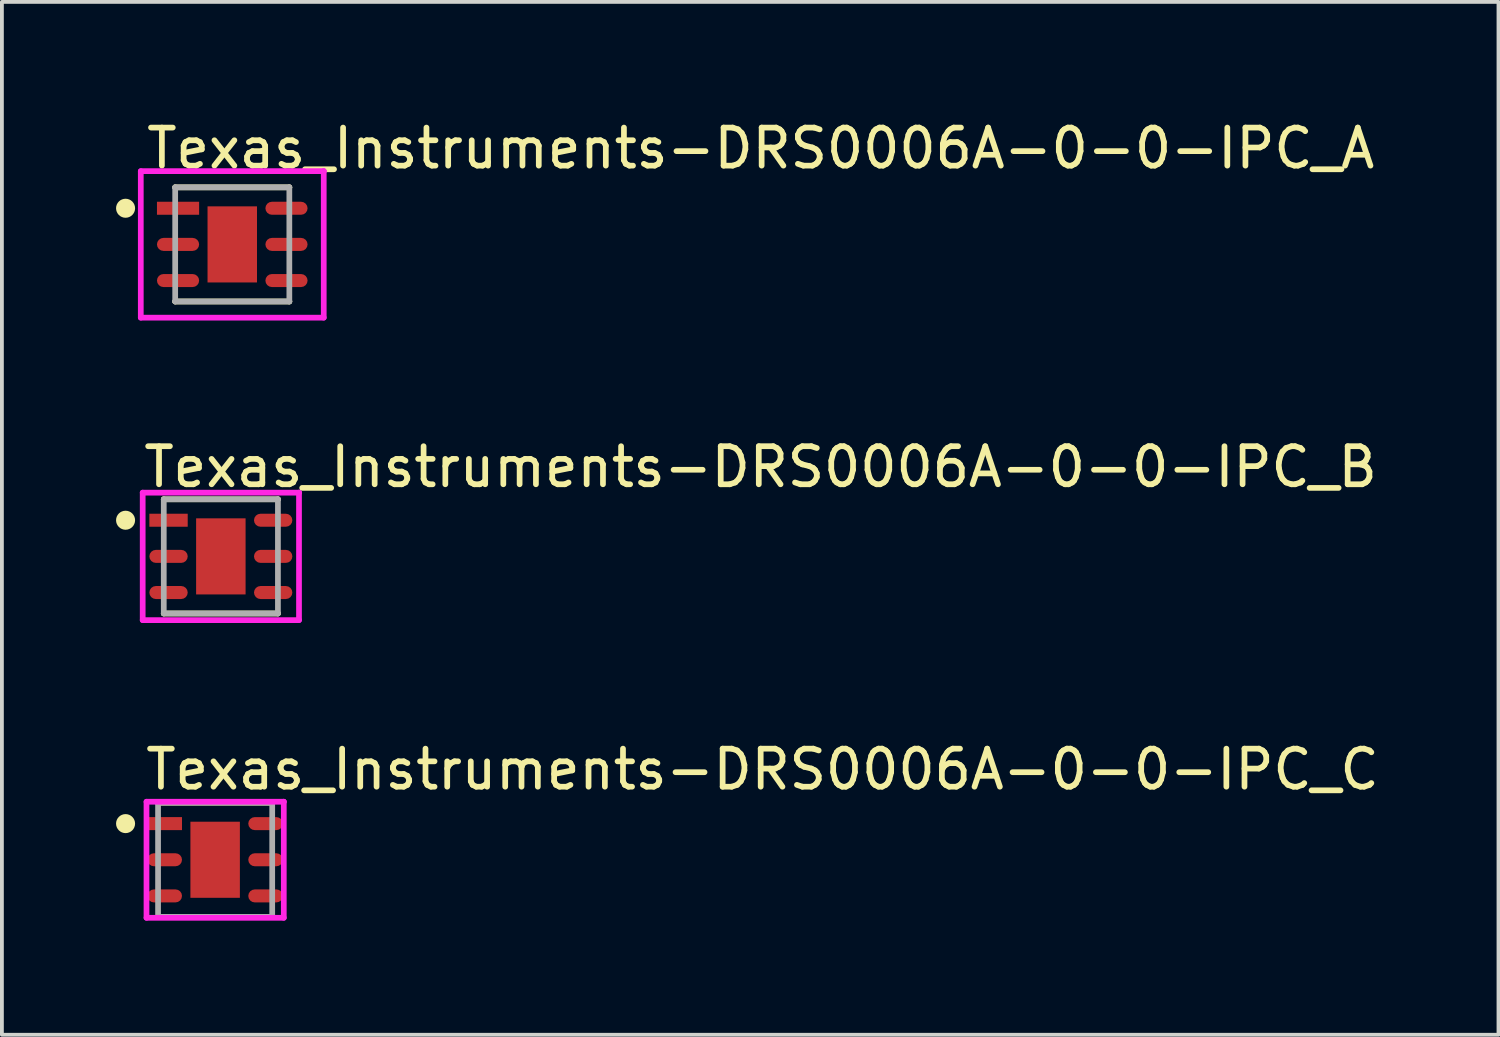
<source format=kicad_pcb>
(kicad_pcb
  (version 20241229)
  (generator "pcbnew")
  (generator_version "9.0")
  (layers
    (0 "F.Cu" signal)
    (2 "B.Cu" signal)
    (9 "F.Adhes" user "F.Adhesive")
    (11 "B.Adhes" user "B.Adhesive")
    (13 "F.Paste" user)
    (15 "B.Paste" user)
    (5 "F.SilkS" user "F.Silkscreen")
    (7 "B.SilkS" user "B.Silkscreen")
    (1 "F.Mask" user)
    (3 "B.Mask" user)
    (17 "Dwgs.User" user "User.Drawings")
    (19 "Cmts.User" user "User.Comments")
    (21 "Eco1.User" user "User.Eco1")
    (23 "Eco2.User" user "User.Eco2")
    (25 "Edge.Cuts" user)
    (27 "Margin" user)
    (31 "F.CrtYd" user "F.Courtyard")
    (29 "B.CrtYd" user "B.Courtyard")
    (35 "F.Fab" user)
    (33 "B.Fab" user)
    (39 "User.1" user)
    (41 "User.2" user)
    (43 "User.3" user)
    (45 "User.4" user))
  (footprint "Texas_Instruments-DRS0006A-0-0-IPC_C"
    (layer "F.Cu")
    (at 2.604 19.545)
    (property "Reference" "Texas_Instruments-DRS0006A-0-0-IPC_C" (at -1.904 -2.375 0) (layer "F.SilkS") (effects (font (size 1 1) (thickness 0.15)) (justify left)))
    (attr through_hole)
    (fp_line (start -1.5 -1.5) (end -1.5 -1.5) (stroke (width 0.15) (type solid)) (layer "F.SilkS"))
    (fp_line (start -1.5 -1.5) (end 1.5 -1.5) (stroke (width 0.15) (type solid)) (layer "F.SilkS"))
    (fp_line (start -1.5 1.5) (end -1.5 1.5) (stroke (width 0.15) (type solid)) (layer "F.SilkS"))
    (fp_line (start -1.5 1.5) (end 1.5 1.5) (stroke (width 0.15) (type solid)) (layer "F.SilkS"))
    (fp_line (start 1.5 -1.5) (end 1.5 -1.5) (stroke (width 0.15) (type solid)) (layer "F.SilkS"))
    (fp_line (start 1.5 1.5) (end 1.5 1.5) (stroke (width 0.15) (type solid)) (layer "F.SilkS"))
    (fp_circle (center -2.354 -0.95) (end -2.229 -0.95) (stroke (width 0.25) (type solid)) (fill no) (layer "F.SilkS"))
    (fp_poly (pts (xy -0.364 -0.714) (xy 0.364 -0.714) (xy 0.364 0.714) (xy -0.364 0.714)) (stroke (width 0) (type solid)) (fill yes) (layer "F.Paste"))
    (fp_line (start -1.804 -1.525) (end -1.804 1.525) (stroke (width 0.15) (type solid)) (layer "F.CrtYd"))
    (fp_line (start -1.804 1.525) (end 1.804 1.525) (stroke (width 0.15) (type solid)) (layer "F.CrtYd"))
    (fp_line (start 1.804 -1.525) (end -1.804 -1.525) (stroke (width 0.15) (type solid)) (layer "F.CrtYd"))
    (fp_line (start 1.804 -1.525) (end 1.804 -1.525) (stroke (width 0.15) (type solid)) (layer "F.CrtYd"))
    (fp_line (start 1.804 1.525) (end 1.804 -1.525) (stroke (width 0.15) (type solid)) (layer "F.CrtYd"))
    (fp_line (start -1.5 -1.5) (end 1.5 -1.5) (stroke (width 0.15) (type solid)) (layer "F.Fab"))
    (fp_line (start -1.5 1.5) (end -1.5 -1.5) (stroke (width 0.15) (type solid)) (layer "F.Fab"))
    (fp_line (start 1.5 -1.5) (end 1.5 1.5) (stroke (width 0.15) (type solid)) (layer "F.Fab"))
    (fp_line (start 1.5 1.5) (end -1.5 1.5) (stroke (width 0.15) (type solid)) (layer "F.Fab"))
    (pad "1" smd rect (at -1.325 -0.95) (size 0.908 0.342) (layers "F.Cu" "F.Mask" "F.Paste"))
    (pad "2" smd roundrect (at -1.325 0) (size 0.908 0.342) (layers "F.Cu" "F.Mask" "F.Paste") (roundrect_rratio 0.5))
    (pad "3" smd roundrect (at -1.325 0.95) (size 0.908 0.342) (layers "F.Cu" "F.Mask" "F.Paste") (roundrect_rratio 0.5))
    (pad "4" smd roundrect (at 1.325 0.95) (size 0.908 0.342) (layers "F.Cu" "F.Mask" "F.Paste") (roundrect_rratio 0.5))
    (pad "5" smd roundrect (at 1.325 0) (size 0.908 0.342) (layers "F.Cu" "F.Mask" "F.Paste") (roundrect_rratio 0.5))
    (pad "6" smd roundrect (at 1.325 -0.95) (size 0.908 0.342) (layers "F.Cu" "F.Mask" "F.Paste") (roundrect_rratio 0.5))
    (pad "7" smd rect (at 0 0) (size 1.3 2) (layers "F.Cu" "F.Mask")))
  (footprint "Texas_Instruments-DRS0006A-0-0-IPC_A"
    (layer "F.Cu")
    (at 3.054 3.373)
    (property "Reference" "Texas_Instruments-DRS0006A-0-0-IPC_A" (at -2.329 -2.525 0) (layer "F.SilkS") (effects (font (size 1 1) (thickness 0.15)) (justify left)))
    (attr through_hole)
    (fp_line (start -1.5 -1.5) (end -1.5 -1.5) (stroke (width 0.15) (type solid)) (layer "F.SilkS"))
    (fp_line (start -1.5 -1.5) (end 1.5 -1.5) (stroke (width 0.15) (type solid)) (layer "F.SilkS"))
    (fp_line (start -1.5 1.5) (end -1.5 1.5) (stroke (width 0.15) (type solid)) (layer "F.SilkS"))
    (fp_line (start -1.5 1.5) (end 1.5 1.5) (stroke (width 0.15) (type solid)) (layer "F.SilkS"))
    (fp_line (start 1.5 -1.5) (end 1.5 -1.5) (stroke (width 0.15) (type solid)) (layer "F.SilkS"))
    (fp_line (start 1.5 1.5) (end 1.5 1.5) (stroke (width 0.15) (type solid)) (layer "F.SilkS"))
    (fp_circle (center -2.804 -0.95) (end -2.679 -0.95) (stroke (width 0.25) (type solid)) (fill no) (layer "F.SilkS"))
    (fp_poly (pts (xy -0.364 -0.714) (xy 0.364 -0.714) (xy 0.364 0.714) (xy -0.364 0.714)) (stroke (width 0) (type solid)) (fill yes) (layer "F.Paste"))
    (fp_line (start -2.404 -1.925) (end -2.404 1.925) (stroke (width 0.15) (type solid)) (layer "F.CrtYd"))
    (fp_line (start -2.404 1.925) (end 2.404 1.925) (stroke (width 0.15) (type solid)) (layer "F.CrtYd"))
    (fp_line (start 2.404 -1.925) (end -2.404 -1.925) (stroke (width 0.15) (type solid)) (layer "F.CrtYd"))
    (fp_line (start 2.404 -1.925) (end 2.404 -1.925) (stroke (width 0.15) (type solid)) (layer "F.CrtYd"))
    (fp_line (start 2.404 1.925) (end 2.404 -1.925) (stroke (width 0.15) (type solid)) (layer "F.CrtYd"))
    (fp_line (start -1.5 -1.5) (end 1.5 -1.5) (stroke (width 0.15) (type solid)) (layer "F.Fab"))
    (fp_line (start -1.5 1.5) (end -1.5 -1.5) (stroke (width 0.15) (type solid)) (layer "F.Fab"))
    (fp_line (start 1.5 -1.5) (end 1.5 1.5) (stroke (width 0.15) (type solid)) (layer "F.Fab"))
    (fp_line (start 1.5 1.5) (end -1.5 1.5) (stroke (width 0.15) (type solid)) (layer "F.Fab"))
    (pad "1" smd rect (at -1.425 -0.95) (size 1.108 0.342) (layers "F.Cu" "F.Mask" "F.Paste"))
    (pad "2" smd roundrect (at -1.425 0) (size 1.108 0.342) (layers "F.Cu" "F.Mask" "F.Paste") (roundrect_rratio 0.5))
    (pad "3" smd roundrect (at -1.425 0.95) (size 1.108 0.342) (layers "F.Cu" "F.Mask" "F.Paste") (roundrect_rratio 0.5))
    (pad "4" smd roundrect (at 1.425 0.95) (size 1.108 0.342) (layers "F.Cu" "F.Mask" "F.Paste") (roundrect_rratio 0.5))
    (pad "5" smd roundrect (at 1.425 0) (size 1.108 0.342) (layers "F.Cu" "F.Mask" "F.Paste") (roundrect_rratio 0.5))
    (pad "6" smd roundrect (at 1.425 -0.95) (size 1.108 0.342) (layers "F.Cu" "F.Mask" "F.Paste") (roundrect_rratio 0.5))
    (pad "7" smd rect (at 0 0) (size 1.3 2) (layers "F.Cu" "F.Mask")))
  (footprint "Texas_Instruments-DRS0006A-0-0-IPC_B"
    (layer "F.Cu")
    (at 2.754 11.572)
    (property "Reference" "Texas_Instruments-DRS0006A-0-0-IPC_B" (at -2.104 -2.35 0) (layer "F.SilkS") (effects (font (size 1 1) (thickness 0.15)) (justify left)))
    (attr through_hole)
    (fp_line (start -1.5 -1.5) (end -1.5 -1.5) (stroke (width 0.15) (type solid)) (layer "F.SilkS"))
    (fp_line (start -1.5 -1.5) (end 1.5 -1.5) (stroke (width 0.15) (type solid)) (layer "F.SilkS"))
    (fp_line (start -1.5 1.5) (end -1.5 1.5) (stroke (width 0.15) (type solid)) (layer "F.SilkS"))
    (fp_line (start -1.5 1.5) (end 1.5 1.5) (stroke (width 0.15) (type solid)) (layer "F.SilkS"))
    (fp_line (start 1.5 -1.5) (end 1.5 -1.5) (stroke (width 0.15) (type solid)) (layer "F.SilkS"))
    (fp_line (start 1.5 1.5) (end 1.5 1.5) (stroke (width 0.15) (type solid)) (layer "F.SilkS"))
    (fp_circle (center -2.504 -0.95) (end -2.379 -0.95) (stroke (width 0.25) (type solid)) (fill no) (layer "F.SilkS"))
    (fp_poly (pts (xy -0.364 -0.714) (xy 0.364 -0.714) (xy 0.364 0.714) (xy -0.364 0.714)) (stroke (width 0) (type solid)) (fill yes) (layer "F.Paste"))
    (fp_line (start -2.054 -1.675) (end -2.054 1.675) (stroke (width 0.15) (type solid)) (layer "F.CrtYd"))
    (fp_line (start -2.054 1.675) (end 2.054 1.675) (stroke (width 0.15) (type solid)) (layer "F.CrtYd"))
    (fp_line (start 2.054 -1.675) (end -2.054 -1.675) (stroke (width 0.15) (type solid)) (layer "F.CrtYd"))
    (fp_line (start 2.054 -1.675) (end 2.054 -1.675) (stroke (width 0.15) (type solid)) (layer "F.CrtYd"))
    (fp_line (start 2.054 1.675) (end 2.054 -1.675) (stroke (width 0.15) (type solid)) (layer "F.CrtYd"))
    (fp_line (start -1.5 -1.5) (end 1.5 -1.5) (stroke (width 0.15) (type solid)) (layer "F.Fab"))
    (fp_line (start -1.5 1.5) (end -1.5 -1.5) (stroke (width 0.15) (type solid)) (layer "F.Fab"))
    (fp_line (start 1.5 -1.5) (end 1.5 1.5) (stroke (width 0.15) (type solid)) (layer "F.Fab"))
    (fp_line (start 1.5 1.5) (end -1.5 1.5) (stroke (width 0.15) (type solid)) (layer "F.Fab"))
    (pad "1" smd rect (at -1.375 -0.95) (size 1.008 0.342) (layers "F.Cu" "F.Mask" "F.Paste"))
    (pad "2" smd roundrect (at -1.375 0) (size 1.008 0.342) (layers "F.Cu" "F.Mask" "F.Paste") (roundrect_rratio 0.5))
    (pad "3" smd roundrect (at -1.375 0.95) (size 1.008 0.342) (layers "F.Cu" "F.Mask" "F.Paste") (roundrect_rratio 0.5))
    (pad "4" smd roundrect (at 1.375 0.95) (size 1.008 0.342) (layers "F.Cu" "F.Mask" "F.Paste") (roundrect_rratio 0.5))
    (pad "5" smd roundrect (at 1.375 0) (size 1.008 0.342) (layers "F.Cu" "F.Mask" "F.Paste") (roundrect_rratio 0.5))
    (pad "6" smd roundrect (at 1.375 -0.95) (size 1.008 0.342) (layers "F.Cu" "F.Mask" "F.Paste") (roundrect_rratio 0.5))
    (pad "7" smd rect (at 0 0) (size 1.3 2) (layers "F.Cu" "F.Mask")))
  (gr_rect
    (start -3 -3)
    (end 36.331 24.145)
    (stroke (width 0.1) (type default))
    (fill no)
    (layer "Edge.Cuts")))
</source>
